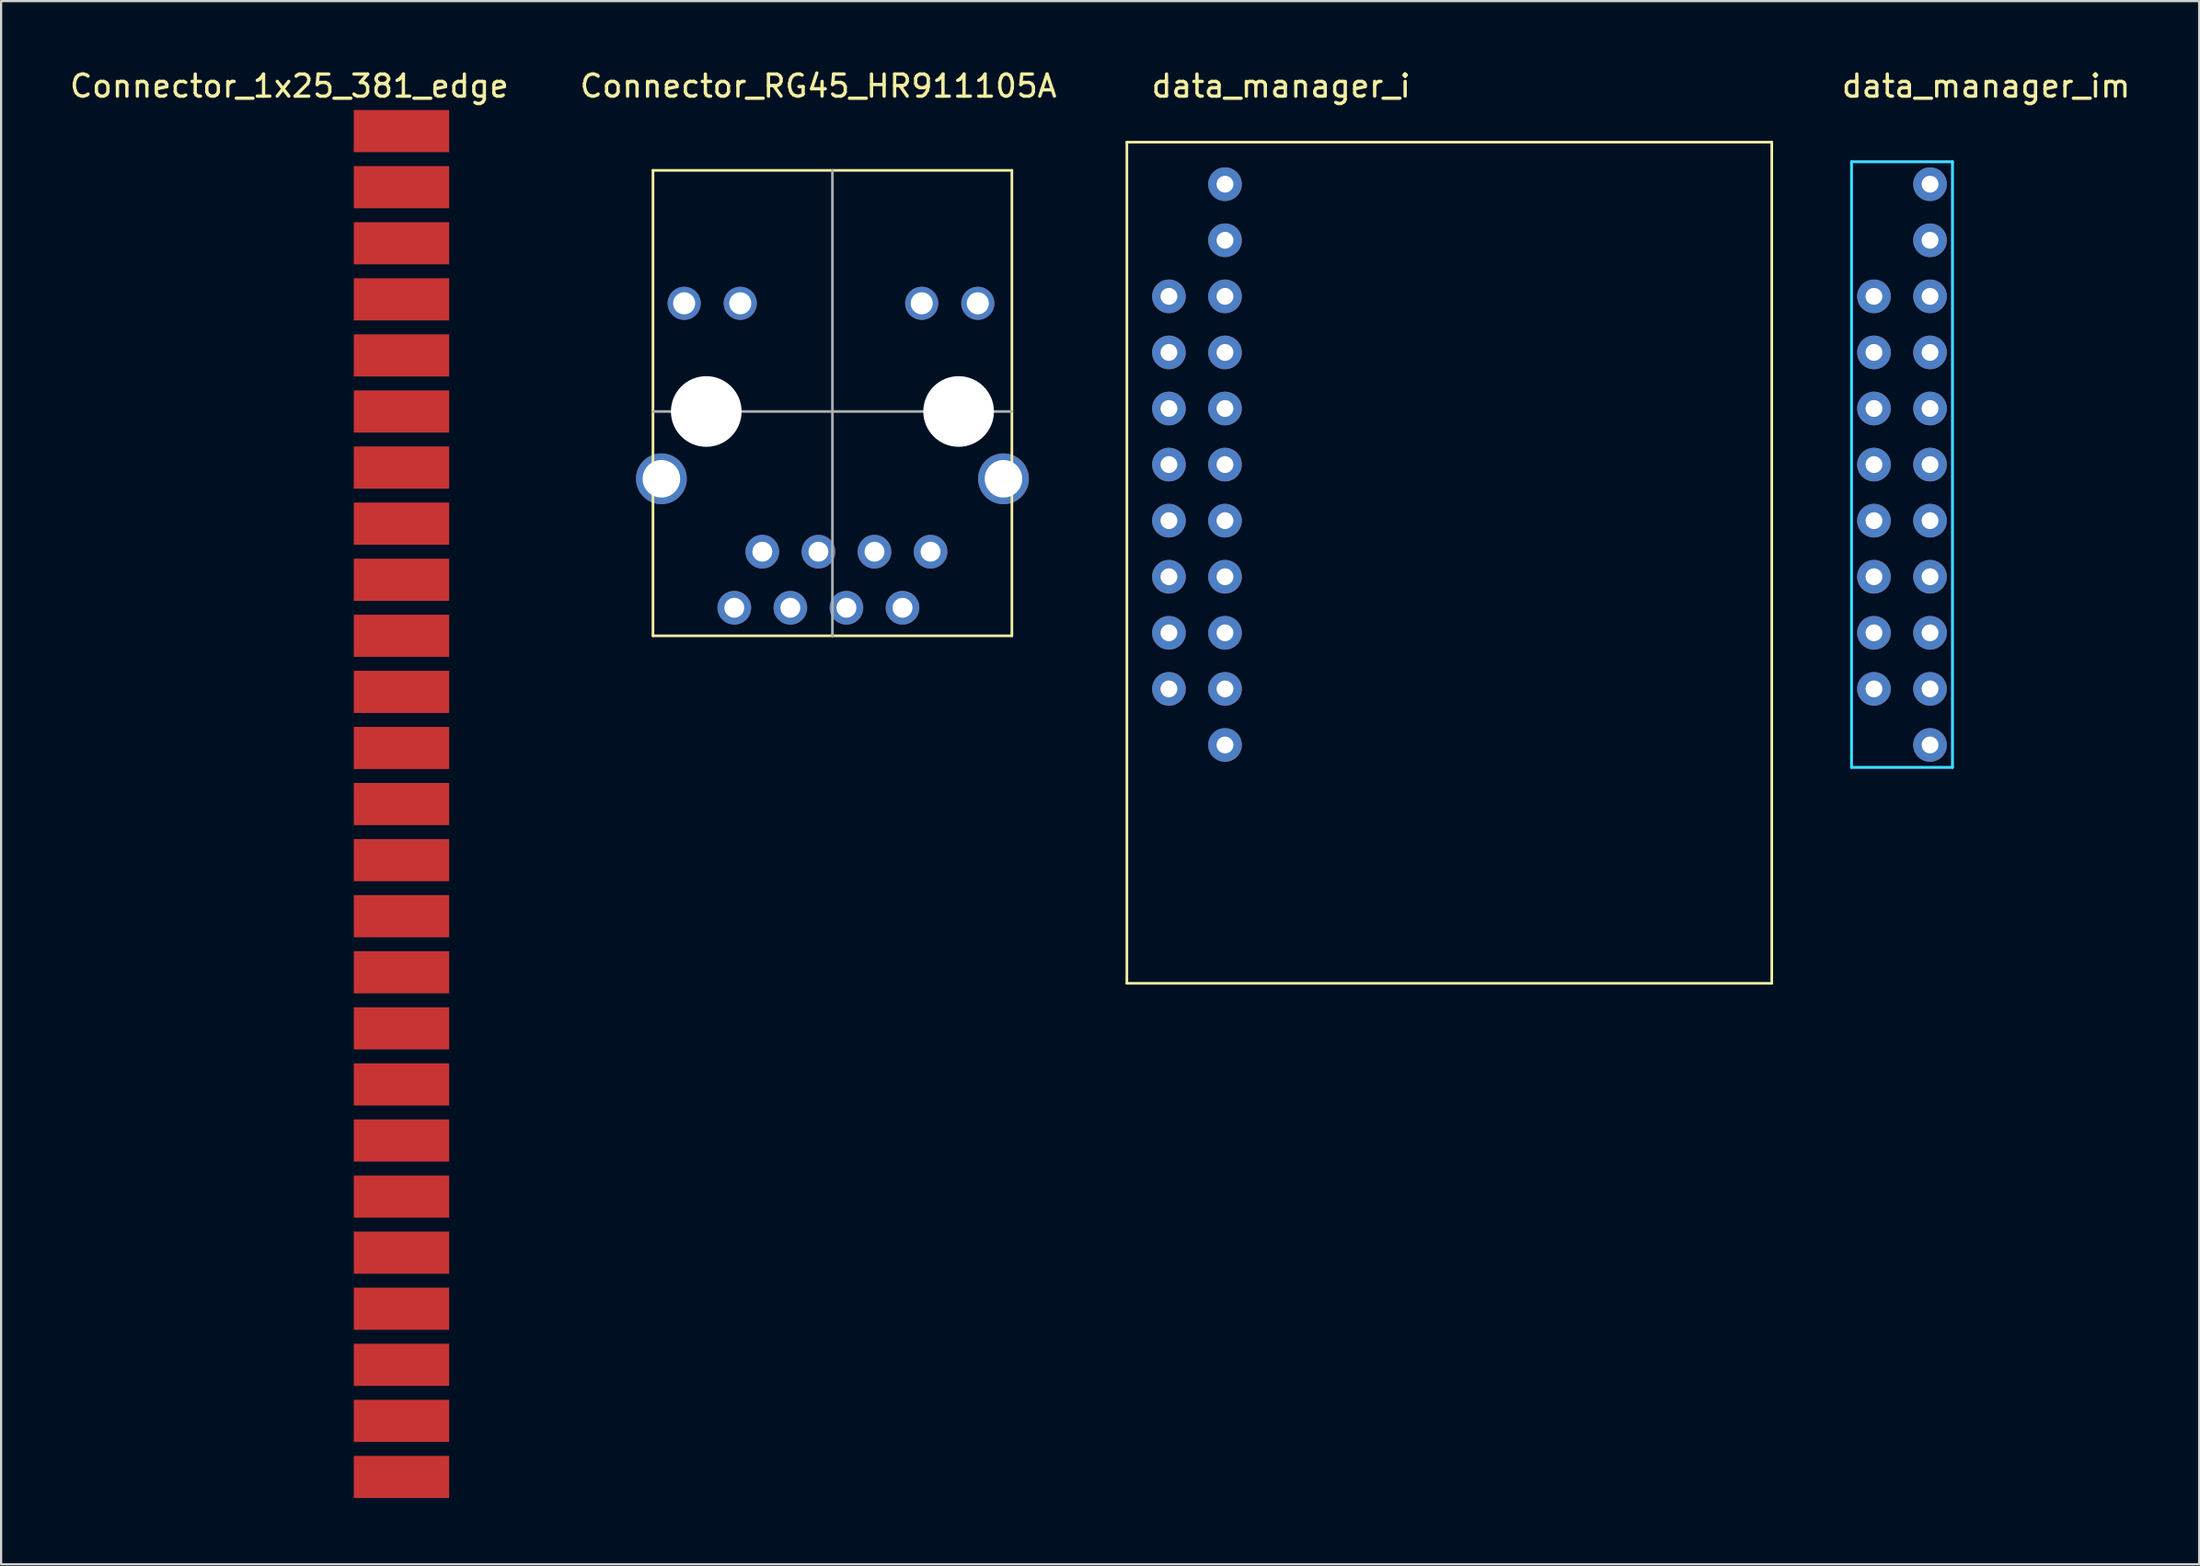
<source format=kicad_pcb>
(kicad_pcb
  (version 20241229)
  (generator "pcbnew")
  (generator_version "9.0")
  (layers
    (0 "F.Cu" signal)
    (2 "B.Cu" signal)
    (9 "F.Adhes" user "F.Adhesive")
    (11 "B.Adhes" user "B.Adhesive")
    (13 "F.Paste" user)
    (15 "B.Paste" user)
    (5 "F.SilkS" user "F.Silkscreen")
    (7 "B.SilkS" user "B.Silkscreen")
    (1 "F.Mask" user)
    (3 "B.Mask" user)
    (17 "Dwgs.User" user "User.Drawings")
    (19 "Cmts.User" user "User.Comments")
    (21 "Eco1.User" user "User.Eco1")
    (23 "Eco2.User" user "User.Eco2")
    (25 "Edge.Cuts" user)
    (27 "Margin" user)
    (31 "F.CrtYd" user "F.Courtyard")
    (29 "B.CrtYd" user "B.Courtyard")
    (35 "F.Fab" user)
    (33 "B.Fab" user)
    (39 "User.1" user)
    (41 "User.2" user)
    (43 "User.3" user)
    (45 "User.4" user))
  (footprint "Connector_RG45_HR911105A"
    (layer "F.Cu")
    (at 34.018 0.348)
    (property "Reference" "Connector_RG45_HR911105A" (at 0 0.5 0) (layer "F.SilkS") (effects (font (size 1 1) (thickness 0.15))))
    (attr through_hole)
    (fp_line (start -7.493 4.318) (end 8.763 4.318) (stroke (width 0.12) (type solid)) (layer "F.SilkS"))
    (fp_line (start -7.493 15.24) (end -7.493 4.318) (stroke (width 0.12) (type solid)) (layer "F.SilkS"))
    (fp_line (start -7.493 25.4) (end -7.493 15.24) (stroke (width 0.12) (type solid)) (layer "F.SilkS"))
    (fp_line (start -7.493 25.4) (end 0.635 25.4) (stroke (width 0.12) (type solid)) (layer "F.SilkS"))
    (fp_line (start 0.635 25.4) (end 8.763 25.4) (stroke (width 0.12) (type solid)) (layer "F.SilkS"))
    (fp_line (start 8.763 15.24) (end 8.763 4.318) (stroke (width 0.12) (type solid)) (layer "F.SilkS"))
    (fp_line (start 8.763 25.4) (end 8.763 15.24) (stroke (width 0.12) (type solid)) (layer "F.SilkS"))
    (fp_line (start 0.635 25.4) (end 0.635 4.318) (stroke (width 0.12) (type solid)) (layer "F.Fab"))
    (fp_line (start 8.763 15.24) (end -7.493 15.24) (stroke (width 0.12) (type solid)) (layer "F.Fab"))
    (pad "" np_thru_hole circle (at -5.08 15.24) (size 3.2 3.2) (drill 3.2) (layers "*.Cu" "*.Mask"))
    (pad "" np_thru_hole circle (at 6.35 15.24) (size 3.2 3.2) (drill 3.2) (layers "*.Cu" "*.Mask"))
    (pad "1" thru_hole circle (at 5.08 21.59) (size 1.524 1.524) (drill 0.9) (layers "*.Cu" "*.Mask"))
    (pad "2" thru_hole circle (at 3.81 24.13) (size 1.524 1.524) (drill 0.9) (layers "*.Cu" "*.Mask"))
    (pad "3" thru_hole circle (at 2.54 21.59) (size 1.524 1.524) (drill 0.9) (layers "*.Cu" "*.Mask"))
    (pad "4" thru_hole circle (at 1.27 24.13) (size 1.524 1.524) (drill 0.9) (layers "*.Cu" "*.Mask"))
    (pad "5" thru_hole circle (at 0 21.59) (size 1.524 1.524) (drill 0.9) (layers "*.Cu" "*.Mask"))
    (pad "6" thru_hole circle (at -1.27 24.13) (size 1.524 1.524) (drill 0.9) (layers "*.Cu" "*.Mask"))
    (pad "7" thru_hole circle (at -2.54 21.59) (size 1.524 1.524) (drill 0.9) (layers "*.Cu" "*.Mask"))
    (pad "8" thru_hole circle (at -3.81 24.13) (size 1.524 1.524) (drill 0.9) (layers "*.Cu" "*.Mask"))
    (pad "9" thru_hole circle (at 7.22 10.34) (size 1.5 1.5) (drill 1) (layers "*.Cu" "*.Mask"))
    (pad "10" thru_hole circle (at 4.68 10.34) (size 1.5 1.5) (drill 1) (layers "*.Cu" "*.Mask"))
    (pad "11" thru_hole circle (at -3.54 10.34) (size 1.5 1.5) (drill 1) (layers "*.Cu" "*.Mask"))
    (pad "12" thru_hole circle (at -6.08 10.34) (size 1.5 1.5) (drill 1) (layers "*.Cu" "*.Mask"))
    (pad "13" thru_hole circle (at -7.112 18.288) (size 2.3 2.3) (drill 1.7) (layers "*.Cu" "*.Mask"))
    (pad "13" thru_hole circle (at 8.382 18.288) (size 2.3 2.3) (drill 1.7) (layers "*.Cu" "*.Mask")))
  (footprint "Connector_1x25_381_edge"
    (layer "F.Cu")
    (at 10.054 0.348)
    (property "Reference" "Connector_1x25_381_edge" (at 0 0.5 0) (layer "F.SilkS") (effects (font (size 1 1) (thickness 0.15))))
    (attr through_hole)
    (pad "1" smd rect (at 5.08 2.54) (size 4.32 1.91) (layers "F.Cu" "F.Mask" "F.Paste"))
    (pad "2" smd rect (at 5.08 5.08) (size 4.32 1.91) (layers "F.Cu" "F.Mask" "F.Paste"))
    (pad "3" smd rect (at 5.08 7.62) (size 4.32 1.91) (layers "F.Cu" "F.Mask" "F.Paste"))
    (pad "4" smd rect (at 5.08 10.16) (size 4.32 1.91) (layers "F.Cu" "F.Mask" "F.Paste"))
    (pad "5" smd rect (at 5.08 12.7) (size 4.32 1.91) (layers "F.Cu" "F.Mask" "F.Paste"))
    (pad "6" smd rect (at 5.08 15.24) (size 4.32 1.91) (layers "F.Cu" "F.Mask" "F.Paste"))
    (pad "7" smd rect (at 5.08 17.78) (size 4.32 1.91) (layers "F.Cu" "F.Mask" "F.Paste"))
    (pad "8" smd rect (at 5.08 20.32) (size 4.32 1.91) (layers "F.Cu" "F.Mask" "F.Paste"))
    (pad "9" smd rect (at 5.08 22.86) (size 4.32 1.91) (layers "F.Cu" "F.Mask" "F.Paste"))
    (pad "10" smd rect (at 5.08 25.4) (size 4.32 1.91) (layers "F.Cu" "F.Mask" "F.Paste"))
    (pad "11" smd rect (at 5.08 27.94) (size 4.32 1.91) (layers "F.Cu" "F.Mask" "F.Paste"))
    (pad "12" smd rect (at 5.08 30.48) (size 4.32 1.91) (layers "F.Cu" "F.Mask" "F.Paste"))
    (pad "13" smd rect (at 5.08 33.02) (size 4.32 1.91) (layers "F.Cu" "F.Mask" "F.Paste"))
    (pad "14" smd rect (at 5.08 35.56) (size 4.32 1.91) (layers "F.Cu" "F.Mask" "F.Paste"))
    (pad "15" smd rect (at 5.08 38.1) (size 4.32 1.91) (layers "F.Cu" "F.Mask" "F.Paste"))
    (pad "16" smd rect (at 5.08 40.64) (size 4.32 1.91) (layers "F.Cu" "F.Mask" "F.Paste"))
    (pad "17" smd rect (at 5.08 43.18) (size 4.32 1.91) (layers "F.Cu" "F.Mask" "F.Paste"))
    (pad "18" smd rect (at 5.08 45.72) (size 4.32 1.91) (layers "F.Cu" "F.Mask" "F.Paste"))
    (pad "19" smd rect (at 5.08 48.26) (size 4.32 1.91) (layers "F.Cu" "F.Mask" "F.Paste"))
    (pad "20" smd rect (at 5.08 50.8) (size 4.32 1.91) (layers "F.Cu" "F.Mask" "F.Paste"))
    (pad "21" smd rect (at 5.08 53.34) (size 4.32 1.91) (layers "F.Cu" "F.Mask" "F.Paste"))
    (pad "22" smd rect (at 5.08 55.88) (size 4.32 1.91) (layers "F.Cu" "F.Mask" "F.Paste"))
    (pad "23" smd rect (at 5.08 58.42) (size 4.32 1.91) (layers "F.Cu" "F.Mask" "F.Paste"))
    (pad "24" smd rect (at 5.08 60.96) (size 4.32 1.91) (layers "F.Cu" "F.Mask" "F.Paste"))
    (pad "25" smd rect (at 5.08 63.5) (size 4.32 1.91) (layers "F.Cu" "F.Mask" "F.Paste")))
  (footprint "data_manager_im"
    (layer "F.Cu")
    (at 86.907 2.753)
    (property "Reference" "data_manager_im" (at 0 -1.905 0) (layer "F.SilkS") (effects (font (size 1 1) (thickness 0.15))))
    (attr through_hole)
    (fp_line (start -6.096 1.524) (end -1.524 1.524) (stroke (width 0.12) (type solid)) (layer "B.CrtYd"))
    (fp_line (start -6.096 28.956) (end -6.096 1.524) (stroke (width 0.12) (type solid)) (layer "B.CrtYd"))
    (fp_line (start -1.524 1.524) (end -1.524 28.956) (stroke (width 0.12) (type solid)) (layer "B.CrtYd"))
    (fp_line (start -1.524 28.956) (end -6.096 28.956) (stroke (width 0.12) (type solid)) (layer "B.CrtYd"))
    (fp_line (start -6.096 1.524) (end -1.524 1.524) (stroke (width 0.12) (type solid)) (layer "F.CrtYd"))
    (fp_line (start -6.096 28.956) (end -6.096 1.524) (stroke (width 0.12) (type solid)) (layer "F.CrtYd"))
    (fp_line (start -1.524 1.524) (end -1.524 28.956) (stroke (width 0.12) (type solid)) (layer "F.CrtYd"))
    (fp_line (start -1.524 28.956) (end -6.096 28.956) (stroke (width 0.12) (type solid)) (layer "F.CrtYd"))
    (pad "1" thru_hole circle (at -5.08 7.62) (size 1.524 1.524) (drill 0.762) (layers "*.Cu" "*.Mask"))
    (pad "2" thru_hole circle (at -2.54 7.62) (size 1.524 1.524) (drill 0.762) (layers "*.Cu" "*.Mask"))
    (pad "3" thru_hole circle (at -5.08 10.16) (size 1.524 1.524) (drill 0.762) (layers "*.Cu" "*.Mask"))
    (pad "4" thru_hole circle (at -2.54 10.16) (size 1.524 1.524) (drill 0.762) (layers "*.Cu" "*.Mask"))
    (pad "5" thru_hole circle (at -5.08 12.7) (size 1.524 1.524) (drill 0.762) (layers "*.Cu" "*.Mask"))
    (pad "6" thru_hole circle (at -2.54 12.7) (size 1.524 1.524) (drill 0.762) (layers "*.Cu" "*.Mask"))
    (pad "7" thru_hole circle (at -5.08 15.24) (size 1.524 1.524) (drill 0.762) (layers "*.Cu" "*.Mask"))
    (pad "8" thru_hole circle (at -2.54 15.24) (size 1.524 1.524) (drill 0.762) (layers "*.Cu" "*.Mask"))
    (pad "9" thru_hole circle (at -5.08 17.78) (size 1.524 1.524) (drill 0.762) (layers "*.Cu" "*.Mask"))
    (pad "10" thru_hole circle (at -2.54 17.78) (size 1.524 1.524) (drill 0.762) (layers "*.Cu" "*.Mask"))
    (pad "11" thru_hole circle (at -5.08 20.32) (size 1.524 1.524) (drill 0.762) (layers "*.Cu" "*.Mask"))
    (pad "12" thru_hole circle (at -2.54 20.32) (size 1.524 1.524) (drill 0.762) (layers "*.Cu" "*.Mask"))
    (pad "13" thru_hole circle (at -5.08 22.86) (size 1.524 1.524) (drill 0.762) (layers "*.Cu" "*.Mask"))
    (pad "14" thru_hole circle (at -2.54 22.86) (size 1.524 1.524) (drill 0.762) (layers "*.Cu" "*.Mask"))
    (pad "15" thru_hole circle (at -5.08 25.4) (size 1.524 1.524) (drill 0.762) (layers "*.Cu" "*.Mask"))
    (pad "16" thru_hole circle (at -2.54 25.4) (size 1.524 1.524) (drill 0.762) (layers "*.Cu" "*.Mask"))
    (pad "17" thru_hole circle (at -2.54 2.54) (size 1.524 1.524) (drill 0.762) (layers "*.Cu" "*.Mask"))
    (pad "18" thru_hole circle (at -2.54 5.08) (size 1.524 1.524) (drill 0.762) (layers "*.Cu" "*.Mask"))
    (pad "19" thru_hole circle (at -2.54 27.94) (size 1.524 1.524) (drill 0.762) (layers "*.Cu" "*.Mask")))
  (footprint "data_manager_i"
    (layer "F.Cu")
    (at 54.974 2.753)
    (property "Reference" "data_manager_i" (at 0 -1.905 0) (layer "F.SilkS") (effects (font (size 1 1) (thickness 0.15))))
    (attr through_hole)
    (fp_line (start -6.985 0.635) (end 22.225 0.635) (stroke (width 0.12) (type solid)) (layer "F.SilkS"))
    (fp_line (start -6.985 38.735) (end -6.985 0.635) (stroke (width 0.12) (type solid)) (layer "F.SilkS"))
    (fp_line (start 22.225 0.635) (end 22.225 38.735) (stroke (width 0.12) (type solid)) (layer "F.SilkS"))
    (fp_line (start 22.225 38.735) (end -6.985 38.735) (stroke (width 0.12) (type solid)) (layer "F.SilkS"))
    (pad "1" thru_hole circle (at -5.08 7.62) (size 1.524 1.524) (drill 0.762) (layers "*.Cu" "*.Mask"))
    (pad "2" thru_hole circle (at -2.54 7.62) (size 1.524 1.524) (drill 0.762) (layers "*.Cu" "*.Mask"))
    (pad "3" thru_hole circle (at -5.08 10.16) (size 1.524 1.524) (drill 0.762) (layers "*.Cu" "*.Mask"))
    (pad "4" thru_hole circle (at -2.54 10.16) (size 1.524 1.524) (drill 0.762) (layers "*.Cu" "*.Mask"))
    (pad "5" thru_hole circle (at -5.08 12.7) (size 1.524 1.524) (drill 0.762) (layers "*.Cu" "*.Mask"))
    (pad "6" thru_hole circle (at -2.54 12.7) (size 1.524 1.524) (drill 0.762) (layers "*.Cu" "*.Mask"))
    (pad "7" thru_hole circle (at -5.08 15.24) (size 1.524 1.524) (drill 0.762) (layers "*.Cu" "*.Mask"))
    (pad "8" thru_hole circle (at -2.54 15.24) (size 1.524 1.524) (drill 0.762) (layers "*.Cu" "*.Mask"))
    (pad "9" thru_hole circle (at -5.08 17.78) (size 1.524 1.524) (drill 0.762) (layers "*.Cu" "*.Mask"))
    (pad "10" thru_hole circle (at -2.54 17.78) (size 1.524 1.524) (drill 0.762) (layers "*.Cu" "*.Mask"))
    (pad "11" thru_hole circle (at -5.08 20.32) (size 1.524 1.524) (drill 0.762) (layers "*.Cu" "*.Mask"))
    (pad "12" thru_hole circle (at -2.54 20.32) (size 1.524 1.524) (drill 0.762) (layers "*.Cu" "*.Mask"))
    (pad "13" thru_hole circle (at -5.08 22.86) (size 1.524 1.524) (drill 0.762) (layers "*.Cu" "*.Mask"))
    (pad "14" thru_hole circle (at -2.54 22.86) (size 1.524 1.524) (drill 0.762) (layers "*.Cu" "*.Mask"))
    (pad "15" thru_hole circle (at -5.08 25.4) (size 1.524 1.524) (drill 0.762) (layers "*.Cu" "*.Mask"))
    (pad "16" thru_hole circle (at -2.54 25.4) (size 1.524 1.524) (drill 0.762) (layers "*.Cu" "*.Mask"))
    (pad "17" thru_hole circle (at -2.54 2.54) (size 1.524 1.524) (drill 0.762) (layers "*.Cu" "*.Mask"))
    (pad "18" thru_hole circle (at -2.54 5.08) (size 1.524 1.524) (drill 0.762) (layers "*.Cu" "*.Mask"))
    (pad "19" thru_hole circle (at -2.54 27.94) (size 1.524 1.524) (drill 0.762) (layers "*.Cu" "*.Mask")))
  (gr_rect
    (start -3 -3)
    (end 96.556 67.803)
    (stroke (width 0.1) (type default))
    (fill no)
    (layer "Edge.Cuts")))
</source>
